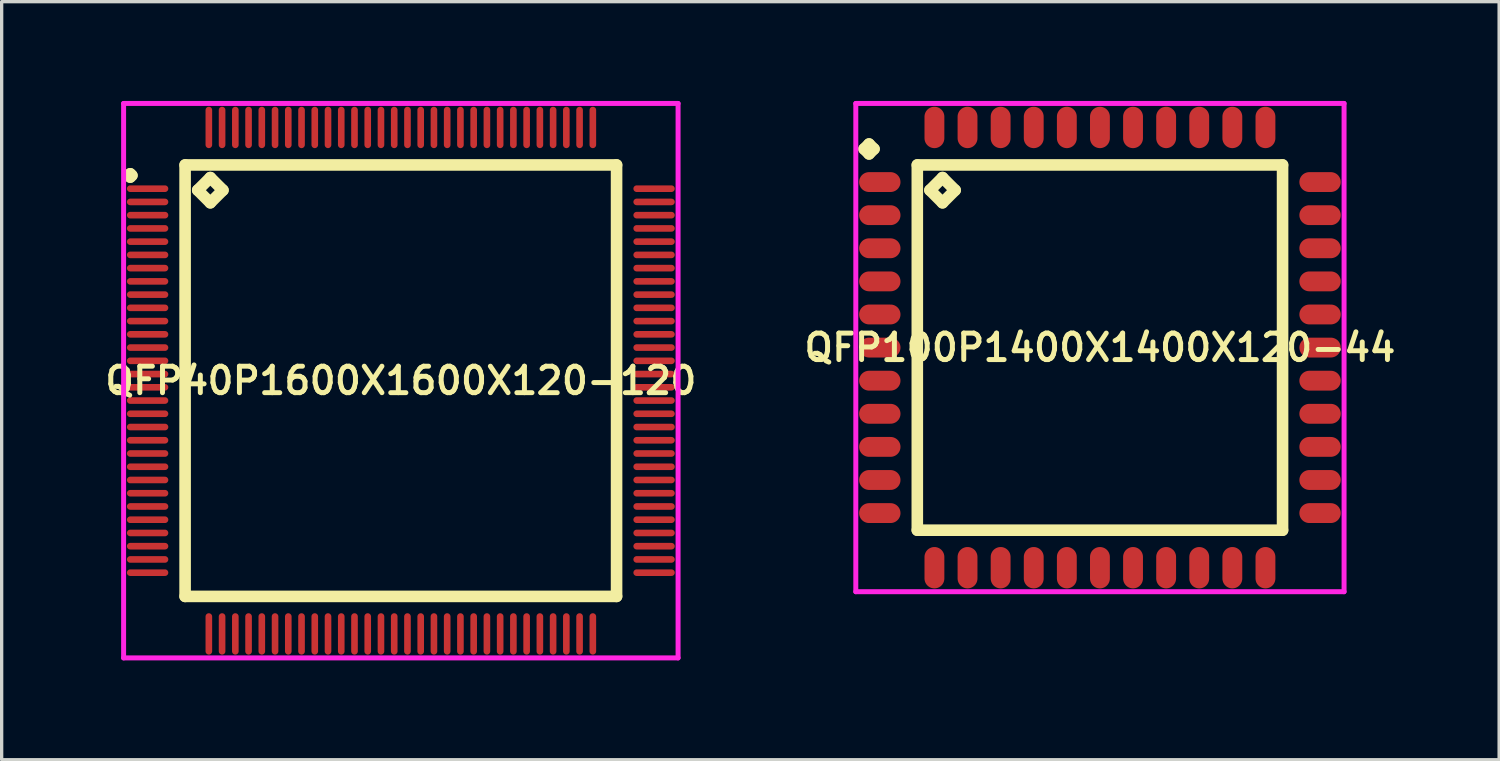
<source format=kicad_pcb>
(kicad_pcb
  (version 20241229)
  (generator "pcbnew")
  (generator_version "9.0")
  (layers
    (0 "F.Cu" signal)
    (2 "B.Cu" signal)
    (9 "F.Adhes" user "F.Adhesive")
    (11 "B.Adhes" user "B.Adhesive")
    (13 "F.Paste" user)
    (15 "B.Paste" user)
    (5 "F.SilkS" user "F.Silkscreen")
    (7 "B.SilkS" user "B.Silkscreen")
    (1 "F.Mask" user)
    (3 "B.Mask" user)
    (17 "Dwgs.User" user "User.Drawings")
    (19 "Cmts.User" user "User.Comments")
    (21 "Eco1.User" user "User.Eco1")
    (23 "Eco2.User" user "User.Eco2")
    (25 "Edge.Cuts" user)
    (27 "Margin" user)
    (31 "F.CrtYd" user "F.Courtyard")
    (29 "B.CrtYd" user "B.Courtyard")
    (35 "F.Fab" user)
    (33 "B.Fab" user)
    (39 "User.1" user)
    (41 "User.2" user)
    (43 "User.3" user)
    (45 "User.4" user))
  (footprint "QFP40P1600X1600X120-120"
    (layer "F.Cu")
    (at 9.059 8.45)
    (property "Reference" "QFP40P1600X1600X120-120" (at 0 0 0) (layer "F.SilkS") (effects (font (size 0.8 0.8) (thickness 0.15))))
    (attr smd)
    (fp_line (start -8.225 -6.2) (end -8.175 -6.25) (stroke (width 0.35) (type solid)) (layer "F.SilkS"))
    (fp_line (start -8.175 -6.25) (end -8.125 -6.2) (stroke (width 0.35) (type solid)) (layer "F.SilkS"))
    (fp_line (start -8.175 -6.15) (end -8.225 -6.2) (stroke (width 0.35) (type solid)) (layer "F.SilkS"))
    (fp_line (start -8.125 -6.2) (end -8.175 -6.15) (stroke (width 0.35) (type solid)) (layer "F.SilkS"))
    (fp_line (start -6.517 -6.517) (end -6.517 6.517) (stroke (width 0.35) (type solid)) (layer "F.SilkS"))
    (fp_line (start -6.517 6.517) (end 6.517 6.517) (stroke (width 0.35) (type solid)) (layer "F.SilkS"))
    (fp_line (start -6.136 -5.755) (end -5.755 -6.136) (stroke (width 0.35) (type solid)) (layer "F.SilkS"))
    (fp_line (start -5.755 -6.136) (end -5.374 -5.755) (stroke (width 0.35) (type solid)) (layer "F.SilkS"))
    (fp_line (start -5.755 -5.374) (end -6.136 -5.755) (stroke (width 0.35) (type solid)) (layer "F.SilkS"))
    (fp_line (start -5.374 -5.755) (end -5.755 -5.374) (stroke (width 0.35) (type solid)) (layer "F.SilkS"))
    (fp_line (start 6.517 -6.517) (end -6.517 -6.517) (stroke (width 0.35) (type solid)) (layer "F.SilkS"))
    (fp_line (start 6.517 6.517) (end 6.517 -6.517) (stroke (width 0.35) (type solid)) (layer "F.SilkS"))
    (fp_line (start -8.375 -8.375) (end 8.375 -8.375) (stroke (width 0.15) (type solid)) (layer "F.CrtYd"))
    (fp_line (start -8.375 8.375) (end -8.375 -8.375) (stroke (width 0.15) (type solid)) (layer "F.CrtYd"))
    (fp_line (start 8.375 -8.375) (end 8.375 8.375) (stroke (width 0.15) (type solid)) (layer "F.CrtYd"))
    (fp_line (start 8.375 8.375) (end -8.375 8.375) (stroke (width 0.15) (type solid)) (layer "F.CrtYd"))
    (pad "1" smd oval (at -7.65 -5.8) (size 1.25 0.2) (layers "F.Cu" "F.Mask" "F.Paste"))
    (pad "2" smd oval (at -7.65 -5.4) (size 1.25 0.2) (layers "F.Cu" "F.Mask" "F.Paste"))
    (pad "3" smd oval (at -7.65 -5) (size 1.25 0.2) (layers "F.Cu" "F.Mask" "F.Paste"))
    (pad "4" smd oval (at -7.65 -4.6) (size 1.25 0.2) (layers "F.Cu" "F.Mask" "F.Paste"))
    (pad "5" smd oval (at -7.65 -4.2) (size 1.25 0.2) (layers "F.Cu" "F.Mask" "F.Paste"))
    (pad "6" smd oval (at -7.65 -3.8) (size 1.25 0.2) (layers "F.Cu" "F.Mask" "F.Paste"))
    (pad "7" smd oval (at -7.65 -3.4) (size 1.25 0.2) (layers "F.Cu" "F.Mask" "F.Paste"))
    (pad "8" smd oval (at -7.65 -3) (size 1.25 0.2) (layers "F.Cu" "F.Mask" "F.Paste"))
    (pad "9" smd oval (at -7.65 -2.6) (size 1.25 0.2) (layers "F.Cu" "F.Mask" "F.Paste"))
    (pad "10" smd oval (at -7.65 -2.2) (size 1.25 0.2) (layers "F.Cu" "F.Mask" "F.Paste"))
    (pad "11" smd oval (at -7.65 -1.8) (size 1.25 0.2) (layers "F.Cu" "F.Mask" "F.Paste"))
    (pad "12" smd oval (at -7.65 -1.4) (size 1.25 0.2) (layers "F.Cu" "F.Mask" "F.Paste"))
    (pad "13" smd oval (at -7.65 -1) (size 1.25 0.2) (layers "F.Cu" "F.Mask" "F.Paste"))
    (pad "14" smd oval (at -7.65 -0.6) (size 1.25 0.2) (layers "F.Cu" "F.Mask" "F.Paste"))
    (pad "15" smd oval (at -7.65 -0.2) (size 1.25 0.2) (layers "F.Cu" "F.Mask" "F.Paste"))
    (pad "16" smd oval (at -7.65 0.2) (size 1.25 0.2) (layers "F.Cu" "F.Mask" "F.Paste"))
    (pad "17" smd oval (at -7.65 0.6) (size 1.25 0.2) (layers "F.Cu" "F.Mask" "F.Paste"))
    (pad "18" smd oval (at -7.65 1) (size 1.25 0.2) (layers "F.Cu" "F.Mask" "F.Paste"))
    (pad "19" smd oval (at -7.65 1.4) (size 1.25 0.2) (layers "F.Cu" "F.Mask" "F.Paste"))
    (pad "20" smd oval (at -7.65 1.8) (size 1.25 0.2) (layers "F.Cu" "F.Mask" "F.Paste"))
    (pad "21" smd oval (at -7.65 2.2) (size 1.25 0.2) (layers "F.Cu" "F.Mask" "F.Paste"))
    (pad "22" smd oval (at -7.65 2.6) (size 1.25 0.2) (layers "F.Cu" "F.Mask" "F.Paste"))
    (pad "23" smd oval (at -7.65 3) (size 1.25 0.2) (layers "F.Cu" "F.Mask" "F.Paste"))
    (pad "24" smd oval (at -7.65 3.4) (size 1.25 0.2) (layers "F.Cu" "F.Mask" "F.Paste"))
    (pad "25" smd oval (at -7.65 3.8) (size 1.25 0.2) (layers "F.Cu" "F.Mask" "F.Paste"))
    (pad "26" smd oval (at -7.65 4.2) (size 1.25 0.2) (layers "F.Cu" "F.Mask" "F.Paste"))
    (pad "27" smd oval (at -7.65 4.6) (size 1.25 0.2) (layers "F.Cu" "F.Mask" "F.Paste"))
    (pad "28" smd oval (at -7.65 5) (size 1.25 0.2) (layers "F.Cu" "F.Mask" "F.Paste"))
    (pad "29" smd oval (at -7.65 5.4) (size 1.25 0.2) (layers "F.Cu" "F.Mask" "F.Paste"))
    (pad "30" smd oval (at -7.65 5.8) (size 1.25 0.2) (layers "F.Cu" "F.Mask" "F.Paste"))
    (pad "31" smd oval (at -5.8 7.65) (size 0.2 1.25) (layers "F.Cu" "F.Mask" "F.Paste"))
    (pad "32" smd oval (at -5.4 7.65) (size 0.2 1.25) (layers "F.Cu" "F.Mask" "F.Paste"))
    (pad "33" smd oval (at -5 7.65) (size 0.2 1.25) (layers "F.Cu" "F.Mask" "F.Paste"))
    (pad "34" smd oval (at -4.6 7.65) (size 0.2 1.25) (layers "F.Cu" "F.Mask" "F.Paste"))
    (pad "35" smd oval (at -4.2 7.65) (size 0.2 1.25) (layers "F.Cu" "F.Mask" "F.Paste"))
    (pad "36" smd oval (at -3.8 7.65) (size 0.2 1.25) (layers "F.Cu" "F.Mask" "F.Paste"))
    (pad "37" smd oval (at -3.4 7.65) (size 0.2 1.25) (layers "F.Cu" "F.Mask" "F.Paste"))
    (pad "38" smd oval (at -3 7.65) (size 0.2 1.25) (layers "F.Cu" "F.Mask" "F.Paste"))
    (pad "39" smd oval (at -2.6 7.65) (size 0.2 1.25) (layers "F.Cu" "F.Mask" "F.Paste"))
    (pad "40" smd oval (at -2.2 7.65) (size 0.2 1.25) (layers "F.Cu" "F.Mask" "F.Paste"))
    (pad "41" smd oval (at -1.8 7.65) (size 0.2 1.25) (layers "F.Cu" "F.Mask" "F.Paste"))
    (pad "42" smd oval (at -1.4 7.65) (size 0.2 1.25) (layers "F.Cu" "F.Mask" "F.Paste"))
    (pad "43" smd oval (at -1 7.65) (size 0.2 1.25) (layers "F.Cu" "F.Mask" "F.Paste"))
    (pad "44" smd oval (at -0.6 7.65) (size 0.2 1.25) (layers "F.Cu" "F.Mask" "F.Paste"))
    (pad "45" smd oval (at -0.2 7.65) (size 0.2 1.25) (layers "F.Cu" "F.Mask" "F.Paste"))
    (pad "46" smd oval (at 0.2 7.65) (size 0.2 1.25) (layers "F.Cu" "F.Mask" "F.Paste"))
    (pad "47" smd oval (at 0.6 7.65) (size 0.2 1.25) (layers "F.Cu" "F.Mask" "F.Paste"))
    (pad "48" smd oval (at 1 7.65) (size 0.2 1.25) (layers "F.Cu" "F.Mask" "F.Paste"))
    (pad "49" smd oval (at 1.4 7.65) (size 0.2 1.25) (layers "F.Cu" "F.Mask" "F.Paste"))
    (pad "50" smd oval (at 1.8 7.65) (size 0.2 1.25) (layers "F.Cu" "F.Mask" "F.Paste"))
    (pad "51" smd oval (at 2.2 7.65) (size 0.2 1.25) (layers "F.Cu" "F.Mask" "F.Paste"))
    (pad "52" smd oval (at 2.6 7.65) (size 0.2 1.25) (layers "F.Cu" "F.Mask" "F.Paste"))
    (pad "53" smd oval (at 3 7.65) (size 0.2 1.25) (layers "F.Cu" "F.Mask" "F.Paste"))
    (pad "54" smd oval (at 3.4 7.65) (size 0.2 1.25) (layers "F.Cu" "F.Mask" "F.Paste"))
    (pad "55" smd oval (at 3.8 7.65) (size 0.2 1.25) (layers "F.Cu" "F.Mask" "F.Paste"))
    (pad "56" smd oval (at 4.2 7.65) (size 0.2 1.25) (layers "F.Cu" "F.Mask" "F.Paste"))
    (pad "57" smd oval (at 4.6 7.65) (size 0.2 1.25) (layers "F.Cu" "F.Mask" "F.Paste"))
    (pad "58" smd oval (at 5 7.65) (size 0.2 1.25) (layers "F.Cu" "F.Mask" "F.Paste"))
    (pad "59" smd oval (at 5.4 7.65) (size 0.2 1.25) (layers "F.Cu" "F.Mask" "F.Paste"))
    (pad "60" smd oval (at 5.8 7.65) (size 0.2 1.25) (layers "F.Cu" "F.Mask" "F.Paste"))
    (pad "61" smd oval (at 7.65 5.8) (size 1.25 0.2) (layers "F.Cu" "F.Mask" "F.Paste"))
    (pad "62" smd oval (at 7.65 5.4) (size 1.25 0.2) (layers "F.Cu" "F.Mask" "F.Paste"))
    (pad "63" smd oval (at 7.65 5) (size 1.25 0.2) (layers "F.Cu" "F.Mask" "F.Paste"))
    (pad "64" smd oval (at 7.65 4.6) (size 1.25 0.2) (layers "F.Cu" "F.Mask" "F.Paste"))
    (pad "65" smd oval (at 7.65 4.2) (size 1.25 0.2) (layers "F.Cu" "F.Mask" "F.Paste"))
    (pad "66" smd oval (at 7.65 3.8) (size 1.25 0.2) (layers "F.Cu" "F.Mask" "F.Paste"))
    (pad "67" smd oval (at 7.65 3.4) (size 1.25 0.2) (layers "F.Cu" "F.Mask" "F.Paste"))
    (pad "68" smd oval (at 7.65 3) (size 1.25 0.2) (layers "F.Cu" "F.Mask" "F.Paste"))
    (pad "69" smd oval (at 7.65 2.6) (size 1.25 0.2) (layers "F.Cu" "F.Mask" "F.Paste"))
    (pad "70" smd oval (at 7.65 2.2) (size 1.25 0.2) (layers "F.Cu" "F.Mask" "F.Paste"))
    (pad "71" smd oval (at 7.65 1.8) (size 1.25 0.2) (layers "F.Cu" "F.Mask" "F.Paste"))
    (pad "72" smd oval (at 7.65 1.4) (size 1.25 0.2) (layers "F.Cu" "F.Mask" "F.Paste"))
    (pad "73" smd oval (at 7.65 1) (size 1.25 0.2) (layers "F.Cu" "F.Mask" "F.Paste"))
    (pad "74" smd oval (at 7.65 0.6) (size 1.25 0.2) (layers "F.Cu" "F.Mask" "F.Paste"))
    (pad "75" smd oval (at 7.65 0.2) (size 1.25 0.2) (layers "F.Cu" "F.Mask" "F.Paste"))
    (pad "76" smd oval (at 7.65 -0.2) (size 1.25 0.2) (layers "F.Cu" "F.Mask" "F.Paste"))
    (pad "77" smd oval (at 7.65 -0.6) (size 1.25 0.2) (layers "F.Cu" "F.Mask" "F.Paste"))
    (pad "78" smd oval (at 7.65 -1) (size 1.25 0.2) (layers "F.Cu" "F.Mask" "F.Paste"))
    (pad "79" smd oval (at 7.65 -1.4) (size 1.25 0.2) (layers "F.Cu" "F.Mask" "F.Paste"))
    (pad "80" smd oval (at 7.65 -1.8) (size 1.25 0.2) (layers "F.Cu" "F.Mask" "F.Paste"))
    (pad "81" smd oval (at 7.65 -2.2) (size 1.25 0.2) (layers "F.Cu" "F.Mask" "F.Paste"))
    (pad "82" smd oval (at 7.65 -2.6) (size 1.25 0.2) (layers "F.Cu" "F.Mask" "F.Paste"))
    (pad "83" smd oval (at 7.65 -3) (size 1.25 0.2) (layers "F.Cu" "F.Mask" "F.Paste"))
    (pad "84" smd oval (at 7.65 -3.4) (size 1.25 0.2) (layers "F.Cu" "F.Mask" "F.Paste"))
    (pad "85" smd oval (at 7.65 -3.8) (size 1.25 0.2) (layers "F.Cu" "F.Mask" "F.Paste"))
    (pad "86" smd oval (at 7.65 -4.2) (size 1.25 0.2) (layers "F.Cu" "F.Mask" "F.Paste"))
    (pad "87" smd oval (at 7.65 -4.6) (size 1.25 0.2) (layers "F.Cu" "F.Mask" "F.Paste"))
    (pad "88" smd oval (at 7.65 -5) (size 1.25 0.2) (layers "F.Cu" "F.Mask" "F.Paste"))
    (pad "89" smd oval (at 7.65 -5.4) (size 1.25 0.2) (layers "F.Cu" "F.Mask" "F.Paste"))
    (pad "90" smd oval (at 7.65 -5.8) (size 1.25 0.2) (layers "F.Cu" "F.Mask" "F.Paste"))
    (pad "91" smd oval (at 5.8 -7.65) (size 0.2 1.25) (layers "F.Cu" "F.Mask" "F.Paste"))
    (pad "92" smd oval (at 5.4 -7.65) (size 0.2 1.25) (layers "F.Cu" "F.Mask" "F.Paste"))
    (pad "93" smd oval (at 5 -7.65) (size 0.2 1.25) (layers "F.Cu" "F.Mask" "F.Paste"))
    (pad "94" smd oval (at 4.6 -7.65) (size 0.2 1.25) (layers "F.Cu" "F.Mask" "F.Paste"))
    (pad "95" smd oval (at 4.2 -7.65) (size 0.2 1.25) (layers "F.Cu" "F.Mask" "F.Paste"))
    (pad "96" smd oval (at 3.8 -7.65) (size 0.2 1.25) (layers "F.Cu" "F.Mask" "F.Paste"))
    (pad "97" smd oval (at 3.4 -7.65) (size 0.2 1.25) (layers "F.Cu" "F.Mask" "F.Paste"))
    (pad "98" smd oval (at 3 -7.65) (size 0.2 1.25) (layers "F.Cu" "F.Mask" "F.Paste"))
    (pad "99" smd oval (at 2.6 -7.65) (size 0.2 1.25) (layers "F.Cu" "F.Mask" "F.Paste"))
    (pad "100" smd oval (at 2.2 -7.65) (size 0.2 1.25) (layers "F.Cu" "F.Mask" "F.Paste"))
    (pad "101" smd oval (at 1.8 -7.65) (size 0.2 1.25) (layers "F.Cu" "F.Mask" "F.Paste"))
    (pad "102" smd oval (at 1.4 -7.65) (size 0.2 1.25) (layers "F.Cu" "F.Mask" "F.Paste"))
    (pad "103" smd oval (at 1 -7.65) (size 0.2 1.25) (layers "F.Cu" "F.Mask" "F.Paste"))
    (pad "104" smd oval (at 0.6 -7.65) (size 0.2 1.25) (layers "F.Cu" "F.Mask" "F.Paste"))
    (pad "105" smd oval (at 0.2 -7.65) (size 0.2 1.25) (layers "F.Cu" "F.Mask" "F.Paste"))
    (pad "106" smd oval (at -0.2 -7.65) (size 0.2 1.25) (layers "F.Cu" "F.Mask" "F.Paste"))
    (pad "107" smd oval (at -0.6 -7.65) (size 0.2 1.25) (layers "F.Cu" "F.Mask" "F.Paste"))
    (pad "108" smd oval (at -1 -7.65) (size 0.2 1.25) (layers "F.Cu" "F.Mask" "F.Paste"))
    (pad "109" smd oval (at -1.4 -7.65) (size 0.2 1.25) (layers "F.Cu" "F.Mask" "F.Paste"))
    (pad "110" smd oval (at -1.8 -7.65) (size 0.2 1.25) (layers "F.Cu" "F.Mask" "F.Paste"))
    (pad "111" smd oval (at -2.2 -7.65) (size 0.2 1.25) (layers "F.Cu" "F.Mask" "F.Paste"))
    (pad "112" smd oval (at -2.6 -7.65) (size 0.2 1.25) (layers "F.Cu" "F.Mask" "F.Paste"))
    (pad "113" smd oval (at -3 -7.65) (size 0.2 1.25) (layers "F.Cu" "F.Mask" "F.Paste"))
    (pad "114" smd oval (at -3.4 -7.65) (size 0.2 1.25) (layers "F.Cu" "F.Mask" "F.Paste"))
    (pad "115" smd oval (at -3.8 -7.65) (size 0.2 1.25) (layers "F.Cu" "F.Mask" "F.Paste"))
    (pad "116" smd oval (at -4.2 -7.65) (size 0.2 1.25) (layers "F.Cu" "F.Mask" "F.Paste"))
    (pad "117" smd oval (at -4.6 -7.65) (size 0.2 1.25) (layers "F.Cu" "F.Mask" "F.Paste"))
    (pad "118" smd oval (at -5 -7.65) (size 0.2 1.25) (layers "F.Cu" "F.Mask" "F.Paste"))
    (pad "119" smd oval (at -5.4 -7.65) (size 0.2 1.25) (layers "F.Cu" "F.Mask" "F.Paste"))
    (pad "120" smd oval (at -5.8 -7.65) (size 0.2 1.25) (layers "F.Cu" "F.Mask" "F.Paste")))
  (footprint "QFP100P1400X1400X120-44"
    (layer "F.Cu")
    (at 30.178 7.45)
    (property "Reference" "QFP100P1400X1400X120-44" (at 0 0 0) (layer "F.SilkS") (effects (font (size 0.8 0.8) (thickness 0.15))))
    (attr smd)
    (fp_line (start -7.125 -6) (end -6.975 -6.15) (stroke (width 0.35) (type solid)) (layer "F.SilkS"))
    (fp_line (start -6.975 -6.15) (end -6.825 -6) (stroke (width 0.35) (type solid)) (layer "F.SilkS"))
    (fp_line (start -6.975 -5.85) (end -7.125 -6) (stroke (width 0.35) (type solid)) (layer "F.SilkS"))
    (fp_line (start -6.825 -6) (end -6.975 -5.85) (stroke (width 0.35) (type solid)) (layer "F.SilkS"))
    (fp_line (start -5.517 -5.517) (end -5.517 5.517) (stroke (width 0.35) (type solid)) (layer "F.SilkS"))
    (fp_line (start -5.517 5.517) (end 5.517 5.517) (stroke (width 0.35) (type solid)) (layer "F.SilkS"))
    (fp_line (start -5.136 -4.755) (end -4.755 -5.136) (stroke (width 0.35) (type solid)) (layer "F.SilkS"))
    (fp_line (start -4.755 -5.136) (end -4.374 -4.755) (stroke (width 0.35) (type solid)) (layer "F.SilkS"))
    (fp_line (start -4.755 -4.374) (end -5.136 -4.755) (stroke (width 0.35) (type solid)) (layer "F.SilkS"))
    (fp_line (start -4.374 -4.755) (end -4.755 -4.374) (stroke (width 0.35) (type solid)) (layer "F.SilkS"))
    (fp_line (start 5.517 -5.517) (end -5.517 -5.517) (stroke (width 0.35) (type solid)) (layer "F.SilkS"))
    (fp_line (start 5.517 5.517) (end 5.517 -5.517) (stroke (width 0.35) (type solid)) (layer "F.SilkS"))
    (fp_line (start -7.375 -7.375) (end 7.375 -7.375) (stroke (width 0.15) (type solid)) (layer "F.CrtYd"))
    (fp_line (start -7.375 7.375) (end -7.375 -7.375) (stroke (width 0.15) (type solid)) (layer "F.CrtYd"))
    (fp_line (start 7.375 -7.375) (end 7.375 7.375) (stroke (width 0.15) (type solid)) (layer "F.CrtYd"))
    (fp_line (start 7.375 7.375) (end -7.375 7.375) (stroke (width 0.15) (type solid)) (layer "F.CrtYd"))
    (pad "1" smd oval (at -6.65 -5) (size 1.25 0.6) (layers "F.Cu" "F.Mask" "F.Paste"))
    (pad "2" smd oval (at -6.65 -4) (size 1.25 0.6) (layers "F.Cu" "F.Mask" "F.Paste"))
    (pad "3" smd oval (at -6.65 -3) (size 1.25 0.6) (layers "F.Cu" "F.Mask" "F.Paste"))
    (pad "4" smd oval (at -6.65 -2) (size 1.25 0.6) (layers "F.Cu" "F.Mask" "F.Paste"))
    (pad "5" smd oval (at -6.65 -1) (size 1.25 0.6) (layers "F.Cu" "F.Mask" "F.Paste"))
    (pad "6" smd oval (at -6.65 0) (size 1.25 0.6) (layers "F.Cu" "F.Mask" "F.Paste"))
    (pad "7" smd oval (at -6.65 1) (size 1.25 0.6) (layers "F.Cu" "F.Mask" "F.Paste"))
    (pad "8" smd oval (at -6.65 2) (size 1.25 0.6) (layers "F.Cu" "F.Mask" "F.Paste"))
    (pad "9" smd oval (at -6.65 3) (size 1.25 0.6) (layers "F.Cu" "F.Mask" "F.Paste"))
    (pad "10" smd oval (at -6.65 4) (size 1.25 0.6) (layers "F.Cu" "F.Mask" "F.Paste"))
    (pad "11" smd oval (at -6.65 5) (size 1.25 0.6) (layers "F.Cu" "F.Mask" "F.Paste"))
    (pad "12" smd oval (at -5 6.65) (size 0.6 1.25) (layers "F.Cu" "F.Mask" "F.Paste"))
    (pad "13" smd oval (at -4 6.65) (size 0.6 1.25) (layers "F.Cu" "F.Mask" "F.Paste"))
    (pad "14" smd oval (at -3 6.65) (size 0.6 1.25) (layers "F.Cu" "F.Mask" "F.Paste"))
    (pad "15" smd oval (at -2 6.65) (size 0.6 1.25) (layers "F.Cu" "F.Mask" "F.Paste"))
    (pad "16" smd oval (at -1 6.65) (size 0.6 1.25) (layers "F.Cu" "F.Mask" "F.Paste"))
    (pad "17" smd oval (at 0 6.65) (size 0.6 1.25) (layers "F.Cu" "F.Mask" "F.Paste"))
    (pad "18" smd oval (at 1 6.65) (size 0.6 1.25) (layers "F.Cu" "F.Mask" "F.Paste"))
    (pad "19" smd oval (at 2 6.65) (size 0.6 1.25) (layers "F.Cu" "F.Mask" "F.Paste"))
    (pad "20" smd oval (at 3 6.65) (size 0.6 1.25) (layers "F.Cu" "F.Mask" "F.Paste"))
    (pad "21" smd oval (at 4 6.65) (size 0.6 1.25) (layers "F.Cu" "F.Mask" "F.Paste"))
    (pad "22" smd oval (at 5 6.65) (size 0.6 1.25) (layers "F.Cu" "F.Mask" "F.Paste"))
    (pad "23" smd oval (at 6.65 5) (size 1.25 0.6) (layers "F.Cu" "F.Mask" "F.Paste"))
    (pad "24" smd oval (at 6.65 4) (size 1.25 0.6) (layers "F.Cu" "F.Mask" "F.Paste"))
    (pad "25" smd oval (at 6.65 3) (size 1.25 0.6) (layers "F.Cu" "F.Mask" "F.Paste"))
    (pad "26" smd oval (at 6.65 2) (size 1.25 0.6) (layers "F.Cu" "F.Mask" "F.Paste"))
    (pad "27" smd oval (at 6.65 1) (size 1.25 0.6) (layers "F.Cu" "F.Mask" "F.Paste"))
    (pad "28" smd oval (at 6.65 0) (size 1.25 0.6) (layers "F.Cu" "F.Mask" "F.Paste"))
    (pad "29" smd oval (at 6.65 -1) (size 1.25 0.6) (layers "F.Cu" "F.Mask" "F.Paste"))
    (pad "30" smd oval (at 6.65 -2) (size 1.25 0.6) (layers "F.Cu" "F.Mask" "F.Paste"))
    (pad "31" smd oval (at 6.65 -3) (size 1.25 0.6) (layers "F.Cu" "F.Mask" "F.Paste"))
    (pad "32" smd oval (at 6.65 -4) (size 1.25 0.6) (layers "F.Cu" "F.Mask" "F.Paste"))
    (pad "33" smd oval (at 6.65 -5) (size 1.25 0.6) (layers "F.Cu" "F.Mask" "F.Paste"))
    (pad "34" smd oval (at 5 -6.65) (size 0.6 1.25) (layers "F.Cu" "F.Mask" "F.Paste"))
    (pad "35" smd oval (at 4 -6.65) (size 0.6 1.25) (layers "F.Cu" "F.Mask" "F.Paste"))
    (pad "36" smd oval (at 3 -6.65) (size 0.6 1.25) (layers "F.Cu" "F.Mask" "F.Paste"))
    (pad "37" smd oval (at 2 -6.65) (size 0.6 1.25) (layers "F.Cu" "F.Mask" "F.Paste"))
    (pad "38" smd oval (at 1 -6.65) (size 0.6 1.25) (layers "F.Cu" "F.Mask" "F.Paste"))
    (pad "39" smd oval (at 0 -6.65) (size 0.6 1.25) (layers "F.Cu" "F.Mask" "F.Paste"))
    (pad "40" smd oval (at -1 -6.65) (size 0.6 1.25) (layers "F.Cu" "F.Mask" "F.Paste"))
    (pad "41" smd oval (at -2 -6.65) (size 0.6 1.25) (layers "F.Cu" "F.Mask" "F.Paste"))
    (pad "42" smd oval (at -3 -6.65) (size 0.6 1.25) (layers "F.Cu" "F.Mask" "F.Paste"))
    (pad "43" smd oval (at -4 -6.65) (size 0.6 1.25) (layers "F.Cu" "F.Mask" "F.Paste"))
    (pad "44" smd oval (at -5 -6.65) (size 0.6 1.25) (layers "F.Cu" "F.Mask" "F.Paste")))
  (gr_rect
    (start -3 -3)
    (end 42.237 19.9)
    (stroke (width 0.1) (type default))
    (fill no)
    (layer "Edge.Cuts")))
</source>
